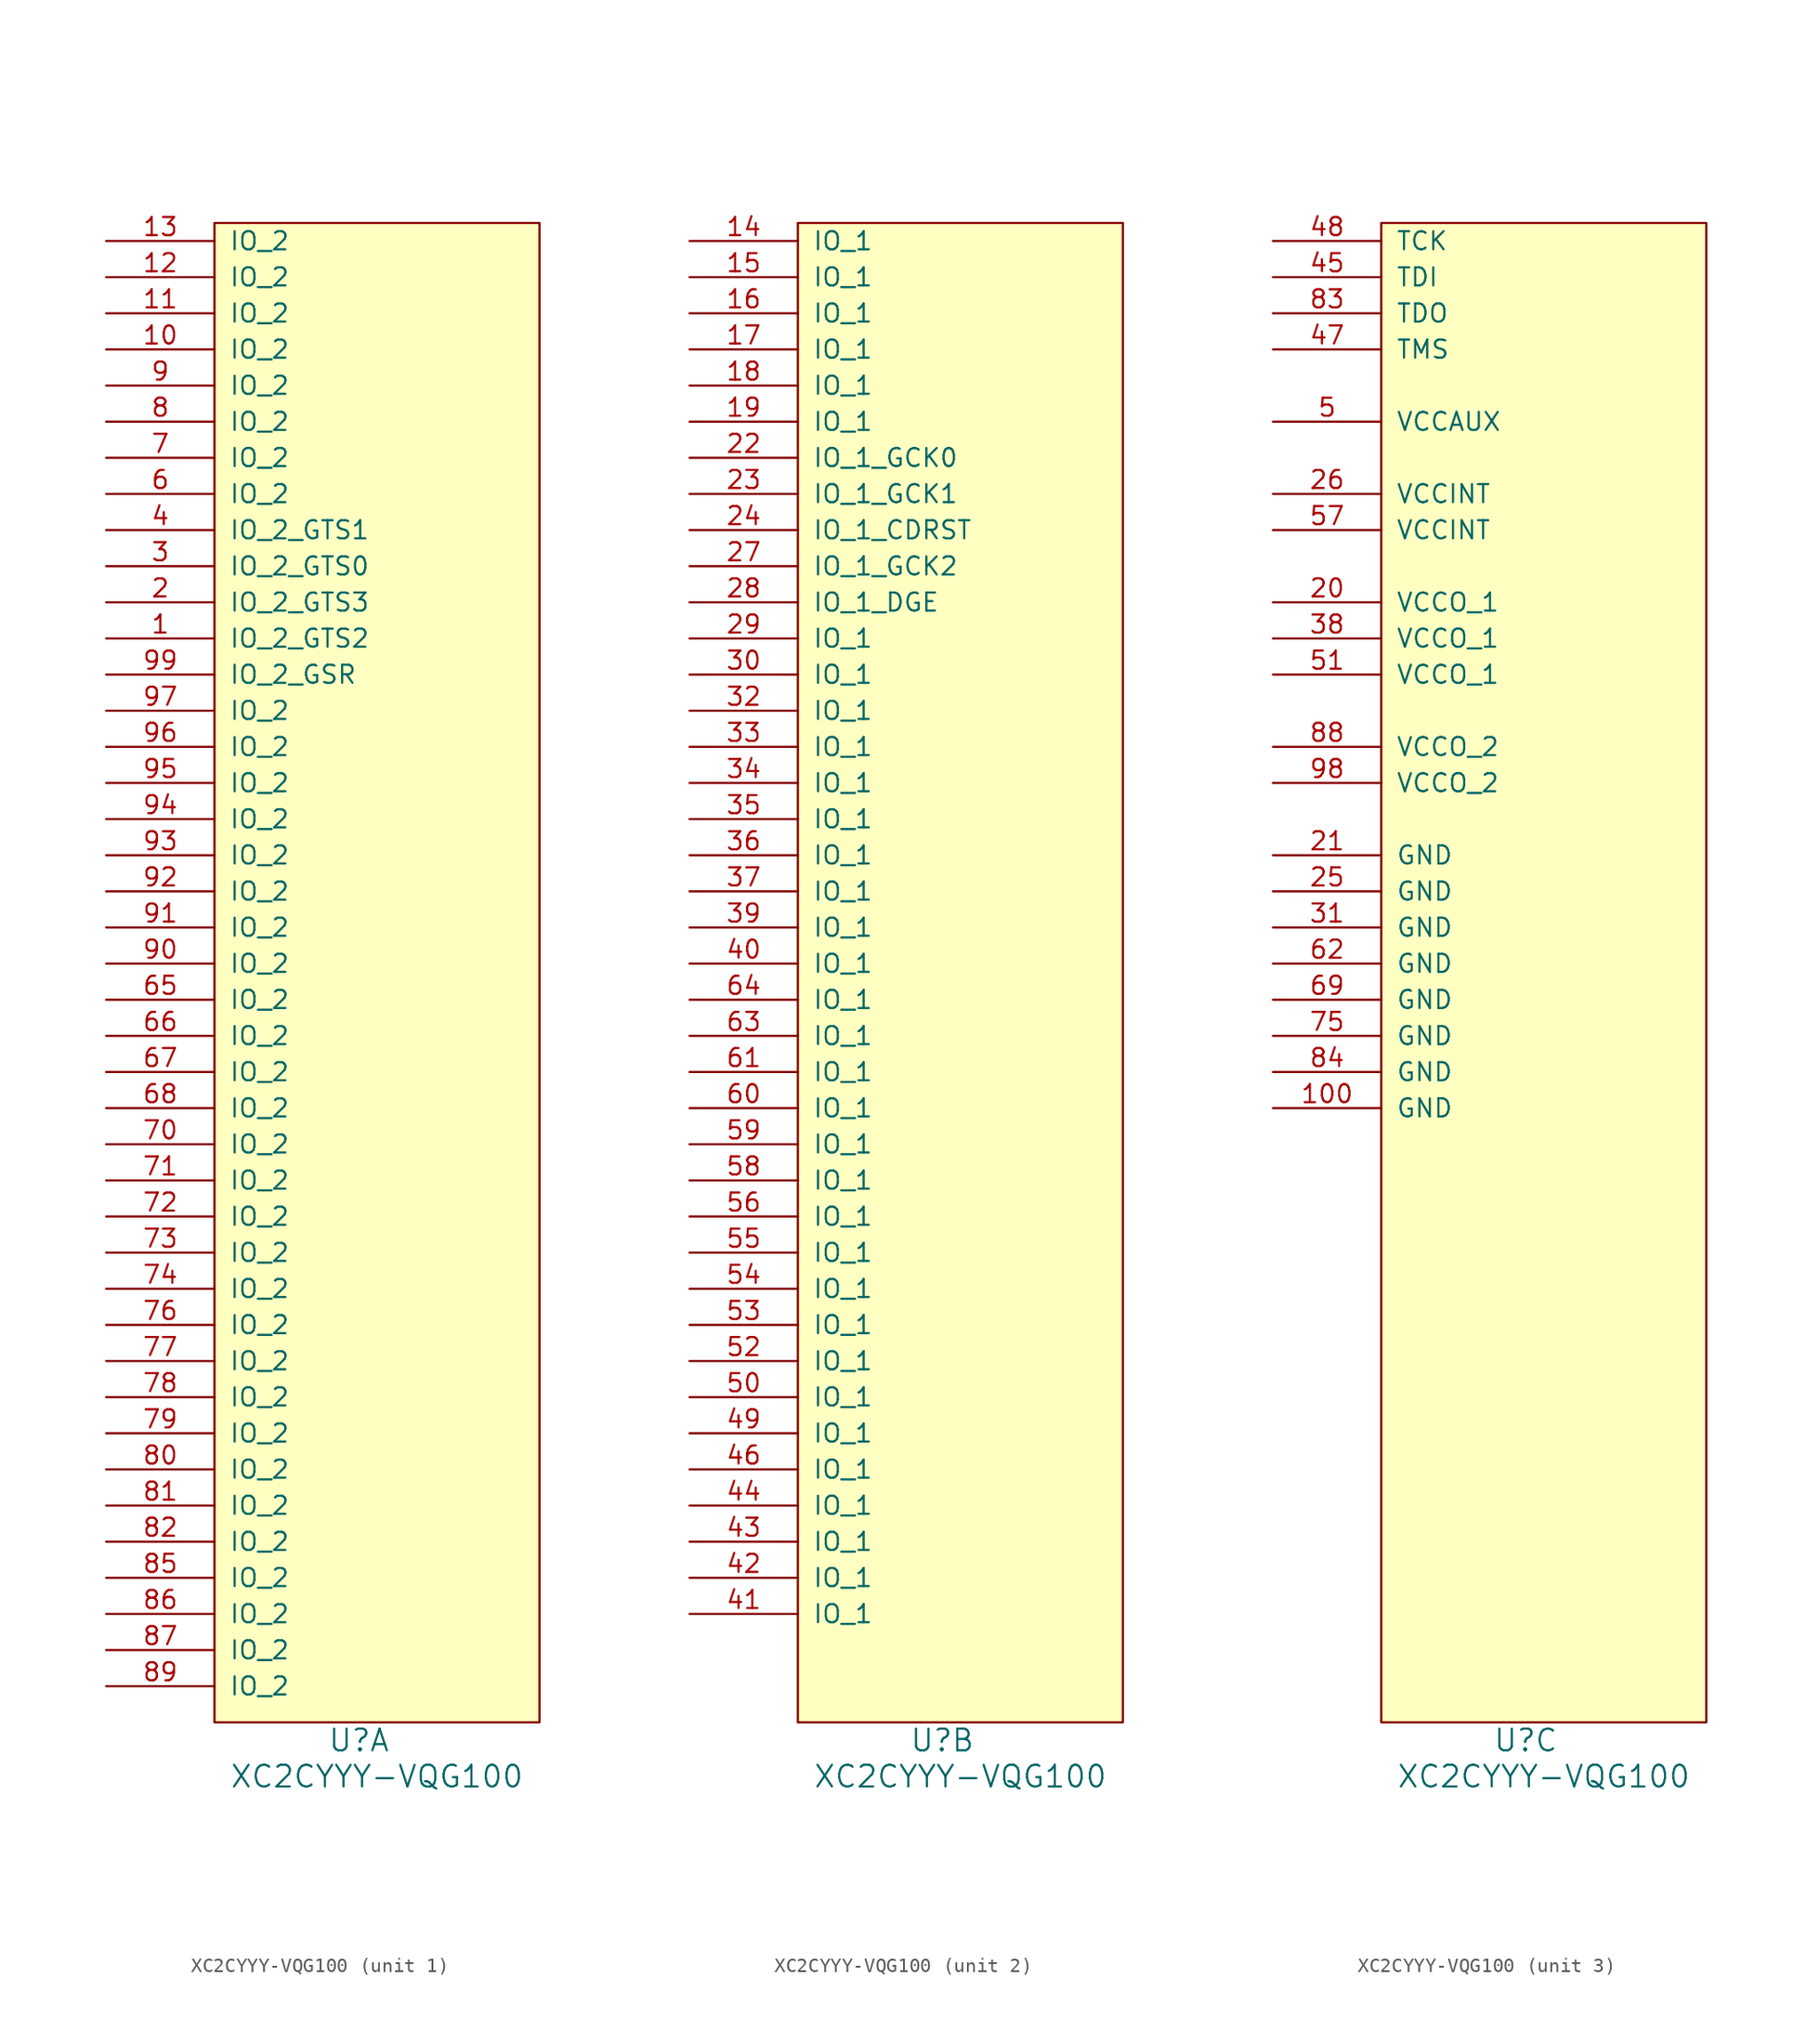
<source format=kicad_sym>
(kicad_symbol_lib
  (version 20211014)
  (generator kicad_symbol_editor)
  (symbol "XC2CYYY-VQG100"
    (pin_names
      (offset 1.016))
    (property "Reference" "U"
      (at 10.16 -54.61 0)
      (effects (font (size 1.524 1.524))))
    (property "Value" "XC2CYYY-VQG100"
      (at 11.43 -57.15 0)
      (effects (font (size 1.524 1.524))))
    (property "Footprint" ""
      (at 0 0 0)
      (effects (font (size 1.524 1.524))))
    (property "Datasheet" ""
      (at 0 0 0)
      (effects (font (size 1.524 1.524))))
    (property "ki_locked" ""
      (at 0 0 0)
      (effects (font (size 1.27 1.27))))
    (symbol "XC2CYYY-VQG100_0_1"
      (rectangle (start 0 52.07) (end 22.86 -53.34) (stroke (width 0) (type default) (color 0 0 0 0)) (fill (type background))))
    (symbol "XC2CYYY-VQG100_1_1"
      (pin bidirectional line (at -7.62 22.86 0) (length 7.62) (name "IO_2_GTS2" (effects (font (size 1.27 1.27)))) (number "1" (effects (font (size 1.27 1.27)))))
      (pin bidirectional line (at -7.62 43.18 0) (length 7.62) (name "IO_2" (effects (font (size 1.27 1.27)))) (number "10" (effects (font (size 1.27 1.27)))))
      (pin bidirectional line (at -7.62 45.72 0) (length 7.62) (name "IO_2" (effects (font (size 1.27 1.27)))) (number "11" (effects (font (size 1.27 1.27)))))
      (pin bidirectional line (at -7.62 48.26 0) (length 7.62) (name "IO_2" (effects (font (size 1.27 1.27)))) (number "12" (effects (font (size 1.27 1.27)))))
      (pin bidirectional line (at -7.62 50.8 0) (length 7.62) (name "IO_2" (effects (font (size 1.27 1.27)))) (number "13" (effects (font (size 1.27 1.27)))))
      (pin bidirectional line (at -7.62 25.4 0) (length 7.62) (name "IO_2_GTS3" (effects (font (size 1.27 1.27)))) (number "2" (effects (font (size 1.27 1.27)))))
      (pin bidirectional line (at -7.62 27.94 0) (length 7.62) (name "IO_2_GTS0" (effects (font (size 1.27 1.27)))) (number "3" (effects (font (size 1.27 1.27)))))
      (pin bidirectional line (at -7.62 30.48 0) (length 7.62) (name "IO_2_GTS1" (effects (font (size 1.27 1.27)))) (number "4" (effects (font (size 1.27 1.27)))))
      (pin bidirectional line (at -7.62 33.02 0) (length 7.62) (name "IO_2" (effects (font (size 1.27 1.27)))) (number "6" (effects (font (size 1.27 1.27)))))
      (pin bidirectional line (at -7.62 -2.54 0) (length 7.62) (name "IO_2" (effects (font (size 1.27 1.27)))) (number "65" (effects (font (size 1.27 1.27)))))
      (pin bidirectional line (at -7.62 -5.08 0) (length 7.62) (name "IO_2" (effects (font (size 1.27 1.27)))) (number "66" (effects (font (size 1.27 1.27)))))
      (pin bidirectional line (at -7.62 -7.62 0) (length 7.62) (name "IO_2" (effects (font (size 1.27 1.27)))) (number "67" (effects (font (size 1.27 1.27)))))
      (pin bidirectional line (at -7.62 -10.16 0) (length 7.62) (name "IO_2" (effects (font (size 1.27 1.27)))) (number "68" (effects (font (size 1.27 1.27)))))
      (pin bidirectional line (at -7.62 35.56 0) (length 7.62) (name "IO_2" (effects (font (size 1.27 1.27)))) (number "7" (effects (font (size 1.27 1.27)))))
      (pin bidirectional line (at -7.62 -12.7 0) (length 7.62) (name "IO_2" (effects (font (size 1.27 1.27)))) (number "70" (effects (font (size 1.27 1.27)))))
      (pin bidirectional line (at -7.62 -15.24 0) (length 7.62) (name "IO_2" (effects (font (size 1.27 1.27)))) (number "71" (effects (font (size 1.27 1.27)))))
      (pin bidirectional line (at -7.62 -17.78 0) (length 7.62) (name "IO_2" (effects (font (size 1.27 1.27)))) (number "72" (effects (font (size 1.27 1.27)))))
      (pin bidirectional line (at -7.62 -20.32 0) (length 7.62) (name "IO_2" (effects (font (size 1.27 1.27)))) (number "73" (effects (font (size 1.27 1.27)))))
      (pin bidirectional line (at -7.62 -22.86 0) (length 7.62) (name "IO_2" (effects (font (size 1.27 1.27)))) (number "74" (effects (font (size 1.27 1.27)))))
      (pin bidirectional line (at -7.62 -25.4 0) (length 7.62) (name "IO_2" (effects (font (size 1.27 1.27)))) (number "76" (effects (font (size 1.27 1.27)))))
      (pin bidirectional line (at -7.62 -27.94 0) (length 7.62) (name "IO_2" (effects (font (size 1.27 1.27)))) (number "77" (effects (font (size 1.27 1.27)))))
      (pin bidirectional line (at -7.62 -30.48 0) (length 7.62) (name "IO_2" (effects (font (size 1.27 1.27)))) (number "78" (effects (font (size 1.27 1.27)))))
      (pin bidirectional line (at -7.62 -33.02 0) (length 7.62) (name "IO_2" (effects (font (size 1.27 1.27)))) (number "79" (effects (font (size 1.27 1.27)))))
      (pin bidirectional line (at -7.62 38.1 0) (length 7.62) (name "IO_2" (effects (font (size 1.27 1.27)))) (number "8" (effects (font (size 1.27 1.27)))))
      (pin bidirectional line (at -7.62 -35.56 0) (length 7.62) (name "IO_2" (effects (font (size 1.27 1.27)))) (number "80" (effects (font (size 1.27 1.27)))))
      (pin bidirectional line (at -7.62 -38.1 0) (length 7.62) (name "IO_2" (effects (font (size 1.27 1.27)))) (number "81" (effects (font (size 1.27 1.27)))))
      (pin bidirectional line (at -7.62 -40.64 0) (length 7.62) (name "IO_2" (effects (font (size 1.27 1.27)))) (number "82" (effects (font (size 1.27 1.27)))))
      (pin bidirectional line (at -7.62 -43.18 0) (length 7.62) (name "IO_2" (effects (font (size 1.27 1.27)))) (number "85" (effects (font (size 1.27 1.27)))))
      (pin bidirectional line (at -7.62 -45.72 0) (length 7.62) (name "IO_2" (effects (font (size 1.27 1.27)))) (number "86" (effects (font (size 1.27 1.27)))))
      (pin bidirectional line (at -7.62 -48.26 0) (length 7.62) (name "IO_2" (effects (font (size 1.27 1.27)))) (number "87" (effects (font (size 1.27 1.27)))))
      (pin bidirectional line (at -7.62 -50.8 0) (length 7.62) (name "IO_2" (effects (font (size 1.27 1.27)))) (number "89" (effects (font (size 1.27 1.27)))))
      (pin bidirectional line (at -7.62 40.64 0) (length 7.62) (name "IO_2" (effects (font (size 1.27 1.27)))) (number "9" (effects (font (size 1.27 1.27)))))
      (pin bidirectional line (at -7.62 0 0) (length 7.62) (name "IO_2" (effects (font (size 1.27 1.27)))) (number "90" (effects (font (size 1.27 1.27)))))
      (pin bidirectional line (at -7.62 2.54 0) (length 7.62) (name "IO_2" (effects (font (size 1.27 1.27)))) (number "91" (effects (font (size 1.27 1.27)))))
      (pin bidirectional line (at -7.62 5.08 0) (length 7.62) (name "IO_2" (effects (font (size 1.27 1.27)))) (number "92" (effects (font (size 1.27 1.27)))))
      (pin bidirectional line (at -7.62 7.62 0) (length 7.62) (name "IO_2" (effects (font (size 1.27 1.27)))) (number "93" (effects (font (size 1.27 1.27)))))
      (pin bidirectional line (at -7.62 10.16 0) (length 7.62) (name "IO_2" (effects (font (size 1.27 1.27)))) (number "94" (effects (font (size 1.27 1.27)))))
      (pin bidirectional line (at -7.62 12.7 0) (length 7.62) (name "IO_2" (effects (font (size 1.27 1.27)))) (number "95" (effects (font (size 1.27 1.27)))))
      (pin bidirectional line (at -7.62 15.24 0) (length 7.62) (name "IO_2" (effects (font (size 1.27 1.27)))) (number "96" (effects (font (size 1.27 1.27)))))
      (pin bidirectional line (at -7.62 17.78 0) (length 7.62) (name "IO_2" (effects (font (size 1.27 1.27)))) (number "97" (effects (font (size 1.27 1.27)))))
      (pin bidirectional line (at -7.62 20.32 0) (length 7.62) (name "IO_2_GSR" (effects (font (size 1.27 1.27)))) (number "99" (effects (font (size 1.27 1.27))))))
    (symbol "XC2CYYY-VQG100_2_1"
      (pin bidirectional line (at -7.62 50.8 0) (length 7.62) (name "IO_1" (effects (font (size 1.27 1.27)))) (number "14" (effects (font (size 1.27 1.27)))))
      (pin bidirectional line (at -7.62 48.26 0) (length 7.62) (name "IO_1" (effects (font (size 1.27 1.27)))) (number "15" (effects (font (size 1.27 1.27)))))
      (pin bidirectional line (at -7.62 45.72 0) (length 7.62) (name "IO_1" (effects (font (size 1.27 1.27)))) (number "16" (effects (font (size 1.27 1.27)))))
      (pin bidirectional line (at -7.62 43.18 0) (length 7.62) (name "IO_1" (effects (font (size 1.27 1.27)))) (number "17" (effects (font (size 1.27 1.27)))))
      (pin bidirectional line (at -7.62 40.64 0) (length 7.62) (name "IO_1" (effects (font (size 1.27 1.27)))) (number "18" (effects (font (size 1.27 1.27)))))
      (pin bidirectional line (at -7.62 38.1 0) (length 7.62) (name "IO_1" (effects (font (size 1.27 1.27)))) (number "19" (effects (font (size 1.27 1.27)))))
      (pin bidirectional line (at -7.62 35.56 0) (length 7.62) (name "IO_1_GCK0" (effects (font (size 1.27 1.27)))) (number "22" (effects (font (size 1.27 1.27)))))
      (pin bidirectional line (at -7.62 33.02 0) (length 7.62) (name "IO_1_GCK1" (effects (font (size 1.27 1.27)))) (number "23" (effects (font (size 1.27 1.27)))))
      (pin bidirectional line (at -7.62 30.48 0) (length 7.62) (name "IO_1_CDRST" (effects (font (size 1.27 1.27)))) (number "24" (effects (font (size 1.27 1.27)))))
      (pin bidirectional line (at -7.62 27.94 0) (length 7.62) (name "IO_1_GCK2" (effects (font (size 1.27 1.27)))) (number "27" (effects (font (size 1.27 1.27)))))
      (pin bidirectional line (at -7.62 25.4 0) (length 7.62) (name "IO_1_DGE" (effects (font (size 1.27 1.27)))) (number "28" (effects (font (size 1.27 1.27)))))
      (pin bidirectional line (at -7.62 22.86 0) (length 7.62) (name "IO_1" (effects (font (size 1.27 1.27)))) (number "29" (effects (font (size 1.27 1.27)))))
      (pin bidirectional line (at -7.62 20.32 0) (length 7.62) (name "IO_1" (effects (font (size 1.27 1.27)))) (number "30" (effects (font (size 1.27 1.27)))))
      (pin bidirectional line (at -7.62 17.78 0) (length 7.62) (name "IO_1" (effects (font (size 1.27 1.27)))) (number "32" (effects (font (size 1.27 1.27)))))
      (pin bidirectional line (at -7.62 15.24 0) (length 7.62) (name "IO_1" (effects (font (size 1.27 1.27)))) (number "33" (effects (font (size 1.27 1.27)))))
      (pin bidirectional line (at -7.62 12.7 0) (length 7.62) (name "IO_1" (effects (font (size 1.27 1.27)))) (number "34" (effects (font (size 1.27 1.27)))))
      (pin bidirectional line (at -7.62 10.16 0) (length 7.62) (name "IO_1" (effects (font (size 1.27 1.27)))) (number "35" (effects (font (size 1.27 1.27)))))
      (pin bidirectional line (at -7.62 7.62 0) (length 7.62) (name "IO_1" (effects (font (size 1.27 1.27)))) (number "36" (effects (font (size 1.27 1.27)))))
      (pin bidirectional line (at -7.62 5.08 0) (length 7.62) (name "IO_1" (effects (font (size 1.27 1.27)))) (number "37" (effects (font (size 1.27 1.27)))))
      (pin bidirectional line (at -7.62 2.54 0) (length 7.62) (name "IO_1" (effects (font (size 1.27 1.27)))) (number "39" (effects (font (size 1.27 1.27)))))
      (pin bidirectional line (at -7.62 0 0) (length 7.62) (name "IO_1" (effects (font (size 1.27 1.27)))) (number "40" (effects (font (size 1.27 1.27)))))
      (pin bidirectional line (at -7.62 -45.72 0) (length 7.62) (name "IO_1" (effects (font (size 1.27 1.27)))) (number "41" (effects (font (size 1.27 1.27)))))
      (pin bidirectional line (at -7.62 -43.18 0) (length 7.62) (name "IO_1" (effects (font (size 1.27 1.27)))) (number "42" (effects (font (size 1.27 1.27)))))
      (pin bidirectional line (at -7.62 -40.64 0) (length 7.62) (name "IO_1" (effects (font (size 1.27 1.27)))) (number "43" (effects (font (size 1.27 1.27)))))
      (pin bidirectional line (at -7.62 -38.1 0) (length 7.62) (name "IO_1" (effects (font (size 1.27 1.27)))) (number "44" (effects (font (size 1.27 1.27)))))
      (pin bidirectional line (at -7.62 -35.56 0) (length 7.62) (name "IO_1" (effects (font (size 1.27 1.27)))) (number "46" (effects (font (size 1.27 1.27)))))
      (pin bidirectional line (at -7.62 -33.02 0) (length 7.62) (name "IO_1" (effects (font (size 1.27 1.27)))) (number "49" (effects (font (size 1.27 1.27)))))
      (pin bidirectional line (at -7.62 -30.48 0) (length 7.62) (name "IO_1" (effects (font (size 1.27 1.27)))) (number "50" (effects (font (size 1.27 1.27)))))
      (pin bidirectional line (at -7.62 -27.94 0) (length 7.62) (name "IO_1" (effects (font (size 1.27 1.27)))) (number "52" (effects (font (size 1.27 1.27)))))
      (pin bidirectional line (at -7.62 -25.4 0) (length 7.62) (name "IO_1" (effects (font (size 1.27 1.27)))) (number "53" (effects (font (size 1.27 1.27)))))
      (pin bidirectional line (at -7.62 -22.86 0) (length 7.62) (name "IO_1" (effects (font (size 1.27 1.27)))) (number "54" (effects (font (size 1.27 1.27)))))
      (pin bidirectional line (at -7.62 -20.32 0) (length 7.62) (name "IO_1" (effects (font (size 1.27 1.27)))) (number "55" (effects (font (size 1.27 1.27)))))
      (pin bidirectional line (at -7.62 -17.78 0) (length 7.62) (name "IO_1" (effects (font (size 1.27 1.27)))) (number "56" (effects (font (size 1.27 1.27)))))
      (pin bidirectional line (at -7.62 -15.24 0) (length 7.62) (name "IO_1" (effects (font (size 1.27 1.27)))) (number "58" (effects (font (size 1.27 1.27)))))
      (pin bidirectional line (at -7.62 -12.7 0) (length 7.62) (name "IO_1" (effects (font (size 1.27 1.27)))) (number "59" (effects (font (size 1.27 1.27)))))
      (pin bidirectional line (at -7.62 -10.16 0) (length 7.62) (name "IO_1" (effects (font (size 1.27 1.27)))) (number "60" (effects (font (size 1.27 1.27)))))
      (pin bidirectional line (at -7.62 -7.62 0) (length 7.62) (name "IO_1" (effects (font (size 1.27 1.27)))) (number "61" (effects (font (size 1.27 1.27)))))
      (pin bidirectional line (at -7.62 -5.08 0) (length 7.62) (name "IO_1" (effects (font (size 1.27 1.27)))) (number "63" (effects (font (size 1.27 1.27)))))
      (pin bidirectional line (at -7.62 -2.54 0) (length 7.62) (name "IO_1" (effects (font (size 1.27 1.27)))) (number "64" (effects (font (size 1.27 1.27))))))
    (symbol "XC2CYYY-VQG100_3_1"
      (pin power_in line (at -7.62 -10.16 0) (length 7.62) (name "GND" (effects (font (size 1.27 1.27)))) (number "100" (effects (font (size 1.27 1.27)))))
      (pin power_in line (at -7.62 25.4 0) (length 7.62) (name "VCCO_1" (effects (font (size 1.27 1.27)))) (number "20" (effects (font (size 1.27 1.27)))))
      (pin power_in line (at -7.62 7.62 0) (length 7.62) (name "GND" (effects (font (size 1.27 1.27)))) (number "21" (effects (font (size 1.27 1.27)))))
      (pin power_in line (at -7.62 5.08 0) (length 7.62) (name "GND" (effects (font (size 1.27 1.27)))) (number "25" (effects (font (size 1.27 1.27)))))
      (pin power_in line (at -7.62 33.02 0) (length 7.62) (name "VCCINT" (effects (font (size 1.27 1.27)))) (number "26" (effects (font (size 1.27 1.27)))))
      (pin power_in line (at -7.62 2.54 0) (length 7.62) (name "GND" (effects (font (size 1.27 1.27)))) (number "31" (effects (font (size 1.27 1.27)))))
      (pin power_in line (at -7.62 22.86 0) (length 7.62) (name "VCCO_1" (effects (font (size 1.27 1.27)))) (number "38" (effects (font (size 1.27 1.27)))))
      (pin input line (at -7.62 48.26 0) (length 7.62) (name "TDI" (effects (font (size 1.27 1.27)))) (number "45" (effects (font (size 1.27 1.27)))))
      (pin input line (at -7.62 43.18 0) (length 7.62) (name "TMS" (effects (font (size 1.27 1.27)))) (number "47" (effects (font (size 1.27 1.27)))))
      (pin input line (at -7.62 50.8 0) (length 7.62) (name "TCK" (effects (font (size 1.27 1.27)))) (number "48" (effects (font (size 1.27 1.27)))))
      (pin power_in line (at -7.62 38.1 0) (length 7.62) (name "VCCAUX" (effects (font (size 1.27 1.27)))) (number "5" (effects (font (size 1.27 1.27)))))
      (pin power_in line (at -7.62 20.32 0) (length 7.62) (name "VCCO_1" (effects (font (size 1.27 1.27)))) (number "51" (effects (font (size 1.27 1.27)))))
      (pin power_in line (at -7.62 30.48 0) (length 7.62) (name "VCCINT" (effects (font (size 1.27 1.27)))) (number "57" (effects (font (size 1.27 1.27)))))
      (pin power_in line (at -7.62 0 0) (length 7.62) (name "GND" (effects (font (size 1.27 1.27)))) (number "62" (effects (font (size 1.27 1.27)))))
      (pin power_in line (at -7.62 -2.54 0) (length 7.62) (name "GND" (effects (font (size 1.27 1.27)))) (number "69" (effects (font (size 1.27 1.27)))))
      (pin power_in line (at -7.62 -5.08 0) (length 7.62) (name "GND" (effects (font (size 1.27 1.27)))) (number "75" (effects (font (size 1.27 1.27)))))
      (pin output line (at -7.62 45.72 0) (length 7.62) (name "TDO" (effects (font (size 1.27 1.27)))) (number "83" (effects (font (size 1.27 1.27)))))
      (pin power_in line (at -7.62 -7.62 0) (length 7.62) (name "GND" (effects (font (size 1.27 1.27)))) (number "84" (effects (font (size 1.27 1.27)))))
      (pin power_in line (at -7.62 15.24 0) (length 7.62) (name "VCCO_2" (effects (font (size 1.27 1.27)))) (number "88" (effects (font (size 1.27 1.27)))))
      (pin power_in line (at -7.62 12.7 0) (length 7.62) (name "VCCO_2" (effects (font (size 1.27 1.27)))) (number "98" (effects (font (size 1.27 1.27))))))))
</source>
